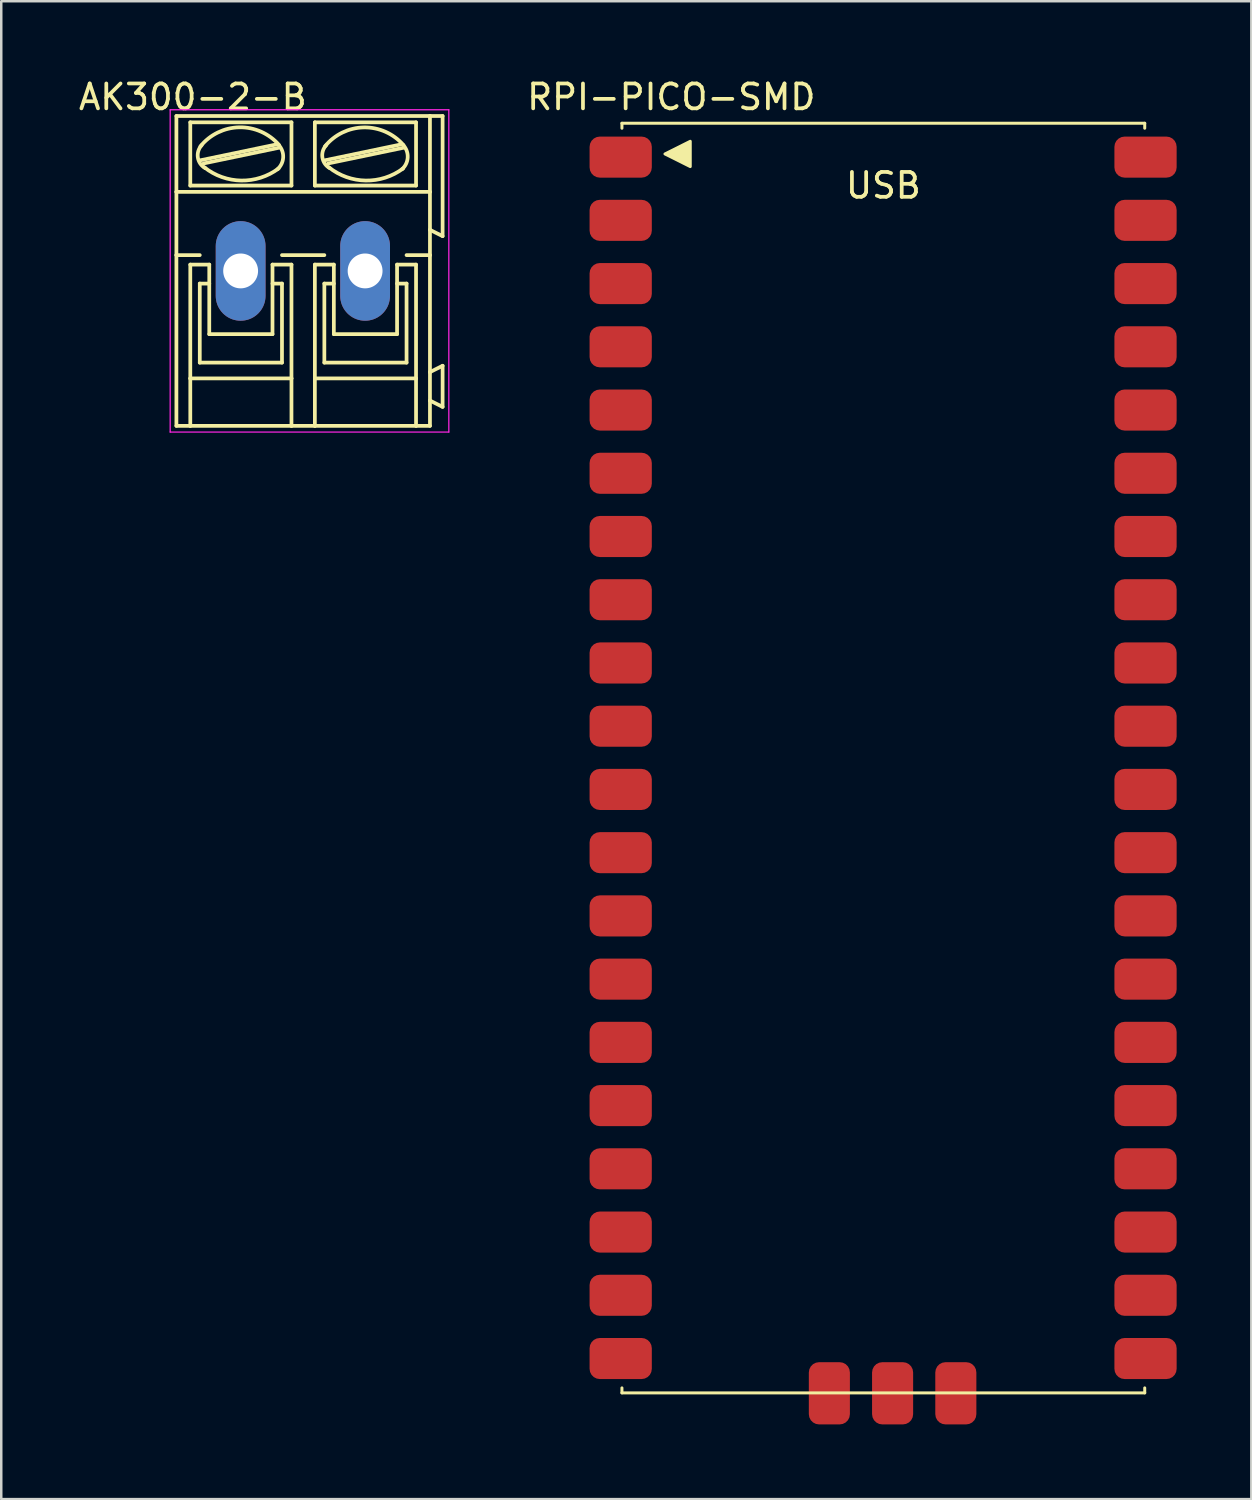
<source format=kicad_pcb>
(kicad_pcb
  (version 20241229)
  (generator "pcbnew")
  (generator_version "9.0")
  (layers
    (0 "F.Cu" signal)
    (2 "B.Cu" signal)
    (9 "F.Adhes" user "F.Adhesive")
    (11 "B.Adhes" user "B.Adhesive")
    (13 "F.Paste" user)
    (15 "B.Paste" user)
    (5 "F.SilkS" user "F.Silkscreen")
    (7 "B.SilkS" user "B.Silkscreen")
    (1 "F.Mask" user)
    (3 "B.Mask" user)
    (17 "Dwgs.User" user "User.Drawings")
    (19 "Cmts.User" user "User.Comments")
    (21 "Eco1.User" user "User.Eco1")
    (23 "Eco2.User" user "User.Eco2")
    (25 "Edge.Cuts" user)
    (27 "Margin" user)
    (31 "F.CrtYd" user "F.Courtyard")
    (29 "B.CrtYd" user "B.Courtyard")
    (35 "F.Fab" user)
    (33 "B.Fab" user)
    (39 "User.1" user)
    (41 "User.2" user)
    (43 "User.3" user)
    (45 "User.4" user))
  (footprint "RPI-PICO-SMD"
    (layer "F.Cu")
    (at 21.933 52.901)
    (property "Reference" "RPI-PICO-SMD" (at 1.982 -52.053 0) (unlocked yes) (layer "F.SilkS") (effects (font (size 1 1) (thickness 0.15))))
    (attr smd)
    (fp_line (start 0 -51) (end 0 -50.8) (stroke (width 0.12) (type solid)) (layer "F.SilkS"))
    (fp_line (start 0 -51) (end 21 -51) (stroke (width 0.12) (type solid)) (layer "F.SilkS"))
    (fp_line (start 0 -0.2) (end 0 0) (stroke (width 0.12) (type solid)) (layer "F.SilkS"))
    (fp_line (start 21 -51) (end 21 -50.8) (stroke (width 0.12) (type solid)) (layer "F.SilkS"))
    (fp_line (start 21 -0.2) (end 21 0) (stroke (width 0.12) (type solid)) (layer "F.SilkS"))
    (fp_line (start 21 0) (end 0 0) (stroke (width 0.12) (type solid)) (layer "F.SilkS"))
    (fp_poly (pts (xy 2.744 -49.259) (xy 1.728 -49.767) (xy 2.744 -50.275)) (stroke (width 0.12) (type solid)) (fill yes) (layer "F.SilkS"))
    (fp_text user "USB" (at 10.5 -48.5 0) (unlocked yes) (layer "F.SilkS") (effects (font (size 1 1) (thickness 0.15))))
    (pad "1" smd roundrect (at -0.05 -49.64) (size 2.5 1.65) (layers "F.Cu" "F.Mask" "F.Paste") (roundrect_rratio 0.25))
    (pad "2" smd roundrect (at -0.05 -47.1) (size 2.5 1.65) (layers "F.Cu" "F.Mask" "F.Paste") (roundrect_rratio 0.25))
    (pad "3" smd roundrect (at -0.05 -44.56) (size 2.5 1.65) (layers "F.Cu" "F.Mask" "F.Paste") (roundrect_rratio 0.25))
    (pad "4" smd roundrect (at -0.05 -42.02) (size 2.5 1.65) (layers "F.Cu" "F.Mask" "F.Paste") (roundrect_rratio 0.25))
    (pad "5" smd roundrect (at -0.05 -39.48) (size 2.5 1.65) (layers "F.Cu" "F.Mask" "F.Paste") (roundrect_rratio 0.25))
    (pad "6" smd roundrect (at -0.05 -36.94) (size 2.5 1.65) (layers "F.Cu" "F.Mask" "F.Paste") (roundrect_rratio 0.25))
    (pad "7" smd roundrect (at -0.05 -34.4) (size 2.5 1.65) (layers "F.Cu" "F.Mask" "F.Paste") (roundrect_rratio 0.25))
    (pad "8" smd roundrect (at -0.05 -31.86) (size 2.5 1.65) (layers "F.Cu" "F.Mask" "F.Paste") (roundrect_rratio 0.25))
    (pad "9" smd roundrect (at -0.05 -29.32) (size 2.5 1.65) (layers "F.Cu" "F.Mask" "F.Paste") (roundrect_rratio 0.25))
    (pad "10" smd roundrect (at -0.05 -26.78) (size 2.5 1.65) (layers "F.Cu" "F.Mask" "F.Paste") (roundrect_rratio 0.25))
    (pad "11" smd roundrect (at -0.05 -24.24) (size 2.5 1.65) (layers "F.Cu" "F.Mask" "F.Paste") (roundrect_rratio 0.25))
    (pad "12" smd roundrect (at -0.05 -21.7) (size 2.5 1.65) (layers "F.Cu" "F.Mask" "F.Paste") (roundrect_rratio 0.25))
    (pad "13" smd roundrect (at -0.05 -19.16) (size 2.5 1.65) (layers "F.Cu" "F.Mask" "F.Paste") (roundrect_rratio 0.25))
    (pad "14" smd roundrect (at -0.05 -16.62) (size 2.5 1.65) (layers "F.Cu" "F.Mask" "F.Paste") (roundrect_rratio 0.25))
    (pad "15" smd roundrect (at -0.05 -14.08) (size 2.5 1.65) (layers "F.Cu" "F.Mask" "F.Paste") (roundrect_rratio 0.25))
    (pad "16" smd roundrect (at -0.05 -11.54) (size 2.5 1.65) (layers "F.Cu" "F.Mask" "F.Paste") (roundrect_rratio 0.25))
    (pad "17" smd roundrect (at -0.05 -9) (size 2.5 1.65) (layers "F.Cu" "F.Mask" "F.Paste") (roundrect_rratio 0.25))
    (pad "18" smd roundrect (at -0.05 -6.46) (size 2.5 1.65) (layers "F.Cu" "F.Mask" "F.Paste") (roundrect_rratio 0.25))
    (pad "19" smd roundrect (at -0.05 -3.92) (size 2.5 1.65) (layers "F.Cu" "F.Mask" "F.Paste") (roundrect_rratio 0.25))
    (pad "20" smd roundrect (at -0.05 -1.38) (size 2.5 1.65) (layers "F.Cu" "F.Mask" "F.Paste") (roundrect_rratio 0.25))
    (pad "21" smd roundrect (at 21.032 -1.38) (size 2.5 1.65) (layers "F.Cu" "F.Mask" "F.Paste") (roundrect_rratio 0.25))
    (pad "22" smd roundrect (at 21.032 -3.92) (size 2.5 1.65) (layers "F.Cu" "F.Mask" "F.Paste") (roundrect_rratio 0.25))
    (pad "23" smd roundrect (at 21.032 -6.46) (size 2.5 1.65) (layers "F.Cu" "F.Mask" "F.Paste") (roundrect_rratio 0.25))
    (pad "24" smd roundrect (at 21.032 -9) (size 2.5 1.65) (layers "F.Cu" "F.Mask" "F.Paste") (roundrect_rratio 0.25))
    (pad "25" smd roundrect (at 21.032 -11.54) (size 2.5 1.65) (layers "F.Cu" "F.Mask" "F.Paste") (roundrect_rratio 0.25))
    (pad "26" smd roundrect (at 21.032 -14.08) (size 2.5 1.65) (layers "F.Cu" "F.Mask" "F.Paste") (roundrect_rratio 0.25))
    (pad "27" smd roundrect (at 21.032 -16.62) (size 2.5 1.65) (layers "F.Cu" "F.Mask" "F.Paste") (roundrect_rratio 0.25))
    (pad "28" smd roundrect (at 21.032 -19.16) (size 2.5 1.65) (layers "F.Cu" "F.Mask" "F.Paste") (roundrect_rratio 0.25))
    (pad "29" smd roundrect (at 21.032 -21.7) (size 2.5 1.65) (layers "F.Cu" "F.Mask" "F.Paste") (roundrect_rratio 0.25))
    (pad "30" smd roundrect (at 21.032 -24.24) (size 2.5 1.65) (layers "F.Cu" "F.Mask" "F.Paste") (roundrect_rratio 0.25))
    (pad "31" smd roundrect (at 21.032 -26.78) (size 2.5 1.65) (layers "F.Cu" "F.Mask" "F.Paste") (roundrect_rratio 0.25))
    (pad "32" smd roundrect (at 21.032 -29.32) (size 2.5 1.65) (layers "F.Cu" "F.Mask" "F.Paste") (roundrect_rratio 0.25))
    (pad "33" smd roundrect (at 21.032 -31.86) (size 2.5 1.65) (layers "F.Cu" "F.Mask" "F.Paste") (roundrect_rratio 0.25))
    (pad "34" smd roundrect (at 21.032 -34.4) (size 2.5 1.65) (layers "F.Cu" "F.Mask" "F.Paste") (roundrect_rratio 0.25))
    (pad "35" smd roundrect (at 21.032 -36.94) (size 2.5 1.65) (layers "F.Cu" "F.Mask" "F.Paste") (roundrect_rratio 0.25))
    (pad "36" smd roundrect (at 21.032 -39.48) (size 2.5 1.65) (layers "F.Cu" "F.Mask" "F.Paste") (roundrect_rratio 0.25))
    (pad "37" smd roundrect (at 21.032 -42.02) (size 2.5 1.65) (layers "F.Cu" "F.Mask" "F.Paste") (roundrect_rratio 0.25))
    (pad "38" smd roundrect (at 21.032 -44.56) (size 2.5 1.65) (layers "F.Cu" "F.Mask" "F.Paste") (roundrect_rratio 0.25))
    (pad "39" smd roundrect (at 21.032 -47.1) (size 2.5 1.65) (layers "F.Cu" "F.Mask" "F.Paste") (roundrect_rratio 0.25))
    (pad "40" smd roundrect (at 21.032 -49.64) (size 2.5 1.65) (layers "F.Cu" "F.Mask" "F.Paste") (roundrect_rratio 0.25))
    (pad "41" smd roundrect (at 8.332 0.017 90) (size 2.5 1.65) (layers "F.Cu" "F.Mask" "F.Paste") (roundrect_rratio 0.25))
    (pad "42" smd roundrect (at 10.872 0.017 90) (size 2.5 1.65) (layers "F.Cu" "F.Mask" "F.Paste") (roundrect_rratio 0.25))
    (pad "43" smd roundrect (at 13.412 0.017 90) (size 2.5 1.65) (layers "F.Cu" "F.Mask" "F.Paste") (roundrect_rratio 0.25)))
  (footprint "AK300-2-B"
    (layer "F.Cu")
    (at 6.616 7.833)
    (property "Reference" "AK300-2-B" (at -1.92 -6.985 180) (layer "F.SilkS") (effects (font (size 1 1) (thickness 0.15))))
    (attr exclude_from_pos_files)
    (fp_line (start -2.58 -3.175) (end -2.58 -6.223) (stroke (width 0.15) (type solid)) (layer "F.SilkS"))
    (fp_line (start -2.58 -3.175) (end 7.605 -3.175) (stroke (width 0.15) (type solid)) (layer "F.SilkS"))
    (fp_line (start -2.58 -0.635) (end -2.58 -3.175) (stroke (width 0.15) (type solid)) (layer "F.SilkS"))
    (fp_line (start -2.58 -0.635) (end -1.641 -0.635) (stroke (width 0.15) (type solid)) (layer "F.SilkS"))
    (fp_line (start -2.58 6.223) (end -2.58 -0.635) (stroke (width 0.15) (type solid)) (layer "F.SilkS"))
    (fp_line (start -2.58 6.223) (end -2.022 6.223) (stroke (width 0.15) (type solid)) (layer "F.SilkS"))
    (fp_line (start -2.022 -3.429) (end -2.022 -5.969) (stroke (width 0.15) (type solid)) (layer "F.SilkS"))
    (fp_line (start -2.022 -0.254) (end -2.022 4.318) (stroke (width 0.15) (type solid)) (layer "F.SilkS"))
    (fp_line (start -2.022 -0.254) (end -1.26 -0.254) (stroke (width 0.15) (type solid)) (layer "F.SilkS"))
    (fp_line (start -2.022 4.318) (end -2.022 6.223) (stroke (width 0.15) (type solid)) (layer "F.SilkS"))
    (fp_line (start -2.022 6.223) (end 2.042 6.223) (stroke (width 0.15) (type solid)) (layer "F.SilkS"))
    (fp_line (start -1.641 0.508) (end -1.26 0.508) (stroke (width 0.15) (type solid)) (layer "F.SilkS"))
    (fp_line (start -1.641 3.683) (end -1.641 0.508) (stroke (width 0.15) (type solid)) (layer "F.SilkS"))
    (fp_line (start -1.615 -4.445) (end 1.435 -5.08) (stroke (width 0.15) (type solid)) (layer "F.SilkS"))
    (fp_line (start -1.488 -4.318) (end 1.56 -4.953) (stroke (width 0.15) (type solid)) (layer "F.SilkS"))
    (fp_line (start -1.26 2.54) (end -1.26 -0.254) (stroke (width 0.15) (type solid)) (layer "F.SilkS"))
    (fp_line (start -1.26 2.54) (end 1.28 2.54) (stroke (width 0.15) (type solid)) (layer "F.SilkS"))
    (fp_line (start 1.28 2.54) (end 1.28 -0.254) (stroke (width 0.15) (type solid)) (layer "F.SilkS"))
    (fp_line (start 1.661 -0.635) (end 3.363 -0.635) (stroke (width 0.15) (type solid)) (layer "F.SilkS"))
    (fp_line (start 1.661 0.508) (end 1.28 0.508) (stroke (width 0.15) (type solid)) (layer "F.SilkS"))
    (fp_line (start 1.661 3.683) (end -1.641 3.683) (stroke (width 0.15) (type solid)) (layer "F.SilkS"))
    (fp_line (start 1.661 3.683) (end 1.661 0.508) (stroke (width 0.15) (type solid)) (layer "F.SilkS"))
    (fp_line (start 2.042 -5.969) (end -2.022 -5.969) (stroke (width 0.15) (type solid)) (layer "F.SilkS"))
    (fp_line (start 2.042 -3.429) (end -2.022 -3.429) (stroke (width 0.15) (type solid)) (layer "F.SilkS"))
    (fp_line (start 2.042 -3.429) (end 2.042 -5.969) (stroke (width 0.15) (type solid)) (layer "F.SilkS"))
    (fp_line (start 2.042 -0.254) (end 1.28 -0.254) (stroke (width 0.15) (type solid)) (layer "F.SilkS"))
    (fp_line (start 2.042 4.318) (end -2.022 4.318) (stroke (width 0.15) (type solid)) (layer "F.SilkS"))
    (fp_line (start 2.042 4.318) (end 2.042 -0.254) (stroke (width 0.15) (type solid)) (layer "F.SilkS"))
    (fp_line (start 2.042 6.223) (end 2.042 4.318) (stroke (width 0.15) (type solid)) (layer "F.SilkS"))
    (fp_line (start 2.042 6.223) (end 2.982 6.223) (stroke (width 0.15) (type solid)) (layer "F.SilkS"))
    (fp_line (start 2.982 -5.969) (end 7.046 -5.969) (stroke (width 0.15) (type solid)) (layer "F.SilkS"))
    (fp_line (start 2.982 -3.429) (end 2.982 -5.969) (stroke (width 0.15) (type solid)) (layer "F.SilkS"))
    (fp_line (start 2.982 -0.254) (end 3.744 -0.254) (stroke (width 0.15) (type solid)) (layer "F.SilkS"))
    (fp_line (start 2.982 4.318) (end 2.982 -0.254) (stroke (width 0.15) (type solid)) (layer "F.SilkS"))
    (fp_line (start 2.982 4.318) (end 7.046 4.318) (stroke (width 0.15) (type solid)) (layer "F.SilkS"))
    (fp_line (start 2.982 6.223) (end 2.982 4.318) (stroke (width 0.15) (type solid)) (layer "F.SilkS"))
    (fp_line (start 2.982 6.223) (end 7.046 6.223) (stroke (width 0.15) (type solid)) (layer "F.SilkS"))
    (fp_line (start 3.363 0.508) (end 3.744 0.508) (stroke (width 0.15) (type solid)) (layer "F.SilkS"))
    (fp_line (start 3.363 3.683) (end 3.363 0.508) (stroke (width 0.15) (type solid)) (layer "F.SilkS"))
    (fp_line (start 3.389 -4.445) (end 6.437 -5.08) (stroke (width 0.15) (type solid)) (layer "F.SilkS"))
    (fp_line (start 3.516 -4.318) (end 6.564 -4.953) (stroke (width 0.15) (type solid)) (layer "F.SilkS"))
    (fp_line (start 3.744 2.54) (end 3.744 -0.254) (stroke (width 0.15) (type solid)) (layer "F.SilkS"))
    (fp_line (start 3.744 2.54) (end 6.284 2.54) (stroke (width 0.15) (type solid)) (layer "F.SilkS"))
    (fp_line (start 6.284 2.54) (end 6.284 -0.254) (stroke (width 0.15) (type solid)) (layer "F.SilkS"))
    (fp_line (start 6.665 0.508) (end 6.284 0.508) (stroke (width 0.15) (type solid)) (layer "F.SilkS"))
    (fp_line (start 6.665 3.683) (end 3.363 3.683) (stroke (width 0.15) (type solid)) (layer "F.SilkS"))
    (fp_line (start 6.665 3.683) (end 6.665 0.508) (stroke (width 0.15) (type solid)) (layer "F.SilkS"))
    (fp_line (start 7.046 -5.969) (end 7.046 -3.429) (stroke (width 0.15) (type solid)) (layer "F.SilkS"))
    (fp_line (start 7.046 -3.429) (end 2.982 -3.429) (stroke (width 0.15) (type solid)) (layer "F.SilkS"))
    (fp_line (start 7.046 -0.254) (end 6.284 -0.254) (stroke (width 0.15) (type solid)) (layer "F.SilkS"))
    (fp_line (start 7.046 -0.254) (end 7.046 4.318) (stroke (width 0.15) (type solid)) (layer "F.SilkS"))
    (fp_line (start 7.046 4.318) (end 7.046 6.223) (stroke (width 0.15) (type solid)) (layer "F.SilkS"))
    (fp_line (start 7.046 6.223) (end 7.605 6.223) (stroke (width 0.15) (type solid)) (layer "F.SilkS"))
    (fp_line (start 7.605 -6.223) (end -2.58 -6.223) (stroke (width 0.15) (type solid)) (layer "F.SilkS"))
    (fp_line (start 7.605 -6.223) (end 7.605 -3.175) (stroke (width 0.15) (type solid)) (layer "F.SilkS"))
    (fp_line (start 7.605 -6.223) (end 8.113 -6.223) (stroke (width 0.15) (type solid)) (layer "F.SilkS"))
    (fp_line (start 7.605 -3.175) (end 7.605 -1.651) (stroke (width 0.15) (type solid)) (layer "F.SilkS"))
    (fp_line (start 7.605 -1.651) (end 7.605 -0.635) (stroke (width 0.15) (type solid)) (layer "F.SilkS"))
    (fp_line (start 7.605 -0.635) (end 6.665 -0.635) (stroke (width 0.15) (type solid)) (layer "F.SilkS"))
    (fp_line (start 7.605 -0.635) (end 7.605 4.064) (stroke (width 0.15) (type solid)) (layer "F.SilkS"))
    (fp_line (start 7.605 4.064) (end 7.605 5.207) (stroke (width 0.15) (type solid)) (layer "F.SilkS"))
    (fp_line (start 7.605 5.207) (end 7.605 6.223) (stroke (width 0.15) (type solid)) (layer "F.SilkS"))
    (fp_line (start 8.113 -6.223) (end 8.113 -1.397) (stroke (width 0.15) (type solid)) (layer "F.SilkS"))
    (fp_line (start 8.113 -1.397) (end 7.605 -1.651) (stroke (width 0.15) (type solid)) (layer "F.SilkS"))
    (fp_line (start 8.113 3.81) (end 7.605 4.064) (stroke (width 0.15) (type solid)) (layer "F.SilkS"))
    (fp_line (start 8.113 3.81) (end 8.113 5.461) (stroke (width 0.15) (type solid)) (layer "F.SilkS"))
    (fp_line (start 8.113 5.461) (end 7.605 5.207) (stroke (width 0.15) (type solid)) (layer "F.SilkS"))
    (fp_arc (start -1.6152 -5.0038) (mid -0.050347 -5.768837) (end 1.541573 -5.061847) (stroke (width 0.15) (type solid)) (layer "F.SilkS"))
    (fp_arc (start -1.41962 -4.1275) (mid -1.717784 -4.553845) (end -1.56452 -5.051019) (stroke (width 0.15) (type solid)) (layer "F.SilkS"))
    (fp_arc (start 1.52678 -4.11734) (mid 0.024731 -3.630479) (end -1.460988 -4.165104) (stroke (width 0.15) (type solid)) (layer "F.SilkS"))
    (fp_arc (start 1.5344 -5.05206) (mid 1.708736 -4.555962) (end 1.47915 -4.08289) (stroke (width 0.15) (type solid)) (layer "F.SilkS"))
    (fp_arc (start 3.3886 -5.0038) (mid 4.951638 -5.764946) (end 6.539411 -5.056844) (stroke (width 0.15) (type solid)) (layer "F.SilkS"))
    (fp_arc (start 3.58164 -4.1275) (mid 3.284456 -4.555849) (end 3.439903 -5.053481) (stroke (width 0.15) (type solid)) (layer "F.SilkS"))
    (fp_arc (start 6.52804 -4.11734) (mid 5.025991 -3.630479) (end 3.540272 -4.165104) (stroke (width 0.15) (type solid)) (layer "F.SilkS"))
    (fp_arc (start 6.53566 -5.05206) (mid 6.710748 -4.557765) (end 6.482972 -4.085429) (stroke (width 0.15) (type solid)) (layer "F.SilkS"))
    (fp_line (start -2.83 -6.473) (end -2.83 6.473) (stroke (width 0.05) (type solid)) (layer "F.CrtYd"))
    (fp_line (start -2.83 6.473) (end 8.363 6.473) (stroke (width 0.05) (type solid)) (layer "F.CrtYd"))
    (fp_line (start 8.363 -6.473) (end -2.83 -6.473) (stroke (width 0.05) (type solid)) (layer "F.CrtYd"))
    (fp_line (start 8.363 6.473) (end 8.363 -6.473) (stroke (width 0.05) (type solid)) (layer "F.CrtYd"))
    (pad "1" thru_hole oval (at 0 0) (size 2 4) (drill 1.4) (layers "*.Cu" "*.Mask"))
    (pad "2" thru_hole oval (at 5 0) (size 2 4) (drill 1.4) (layers "*.Cu" "*.Mask")))
  (gr_rect
    (start -3 -3)
    (end 47.215 57.168)
    (stroke (width 0.1) (type default))
    (fill no)
    (layer "Edge.Cuts")))
</source>
